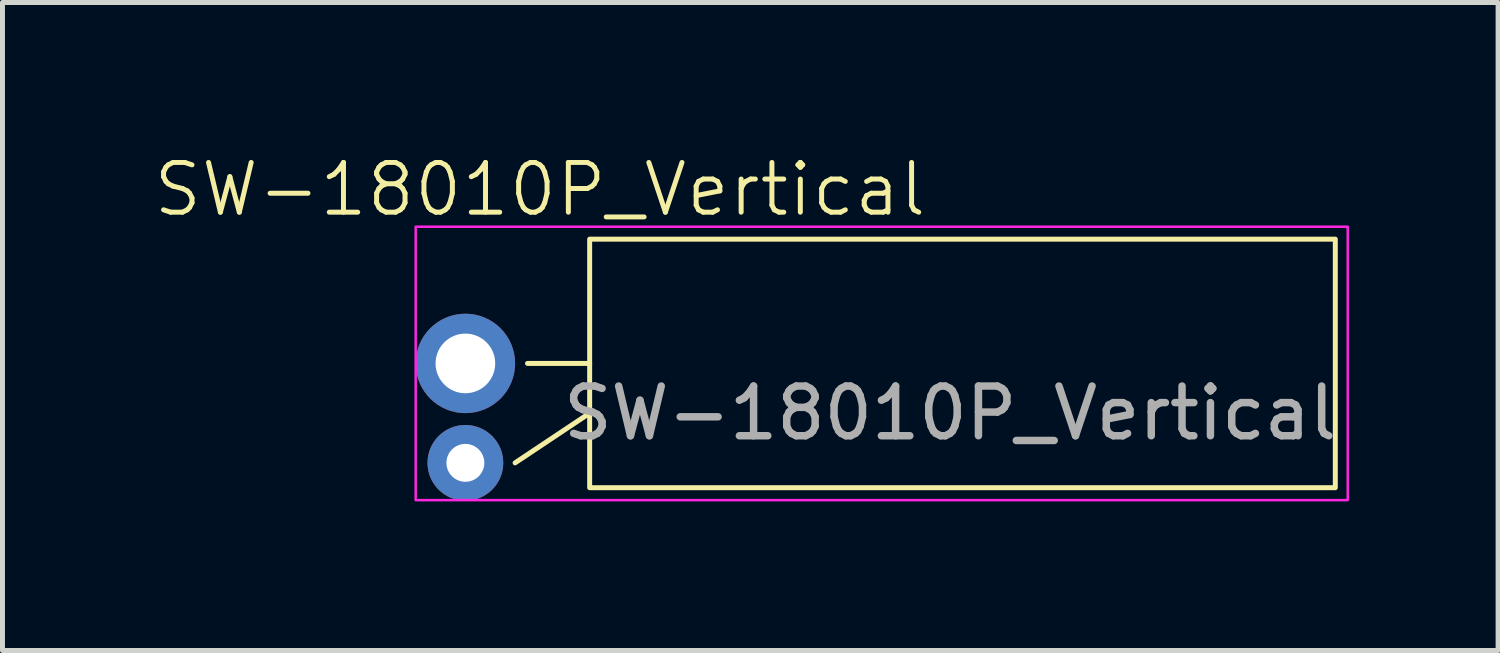
<source format=kicad_pcb>
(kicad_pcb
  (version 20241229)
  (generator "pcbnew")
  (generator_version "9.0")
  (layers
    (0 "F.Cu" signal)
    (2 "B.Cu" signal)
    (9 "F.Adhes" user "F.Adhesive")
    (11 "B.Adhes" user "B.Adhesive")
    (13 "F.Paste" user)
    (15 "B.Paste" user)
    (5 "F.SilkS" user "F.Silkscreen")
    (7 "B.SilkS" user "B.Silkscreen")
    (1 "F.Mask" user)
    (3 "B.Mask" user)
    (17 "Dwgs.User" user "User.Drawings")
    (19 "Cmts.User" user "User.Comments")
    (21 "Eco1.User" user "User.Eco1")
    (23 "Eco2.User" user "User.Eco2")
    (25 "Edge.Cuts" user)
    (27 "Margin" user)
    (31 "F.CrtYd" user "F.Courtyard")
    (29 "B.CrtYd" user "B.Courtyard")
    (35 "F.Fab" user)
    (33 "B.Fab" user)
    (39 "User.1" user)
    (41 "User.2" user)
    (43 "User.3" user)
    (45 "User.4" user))
  (footprint "SW-18010P_Vertical"
    (layer "F.Cu")
    (at 13.812 4.261)
    (property "Reference" "SW-18010P_Vertical" (at -6 -3.5 0) (unlocked yes) (layer "F.SilkS") (effects (font (size 1 1) (thickness 0.1))))
    (attr through_hole)
    (fp_line (start -6.5 2) (end -5 1) (stroke (width 0.1) (type default)) (layer "F.SilkS"))
    (fp_line (start -6.25 0) (end -5 0) (stroke (width 0.1) (type default)) (layer "F.SilkS"))
    (fp_rect (start -5 -2.5) (end 10 2.5) (stroke (width 0.1) (type default)) (fill no) (layer "F.SilkS"))
    (fp_rect (start -8.5 -2.75) (end 10.25 2.75) (stroke (width 0.05) (type default)) (fill no) (layer "F.CrtYd"))
    (fp_text user "${REFERENCE}" (at 2.25 1 0) (unlocked yes) (layer "F.Fab") (effects (font (size 1 1) (thickness 0.15))))
    (pad "1" thru_hole circle (at -7.5 0) (size 2 2) (drill 1.2) (layers "*.Cu" "*.Mask"))
    (pad "2" thru_hole circle (at -7.5 2) (size 1.524 1.524) (drill 0.762) (layers "*.Cu" "*.Mask")))
  (gr_rect
    (start -3 -3)
    (end 27.087 10.036)
    (stroke (width 0.1) (type default))
    (fill no)
    (layer "Edge.Cuts")))
</source>
